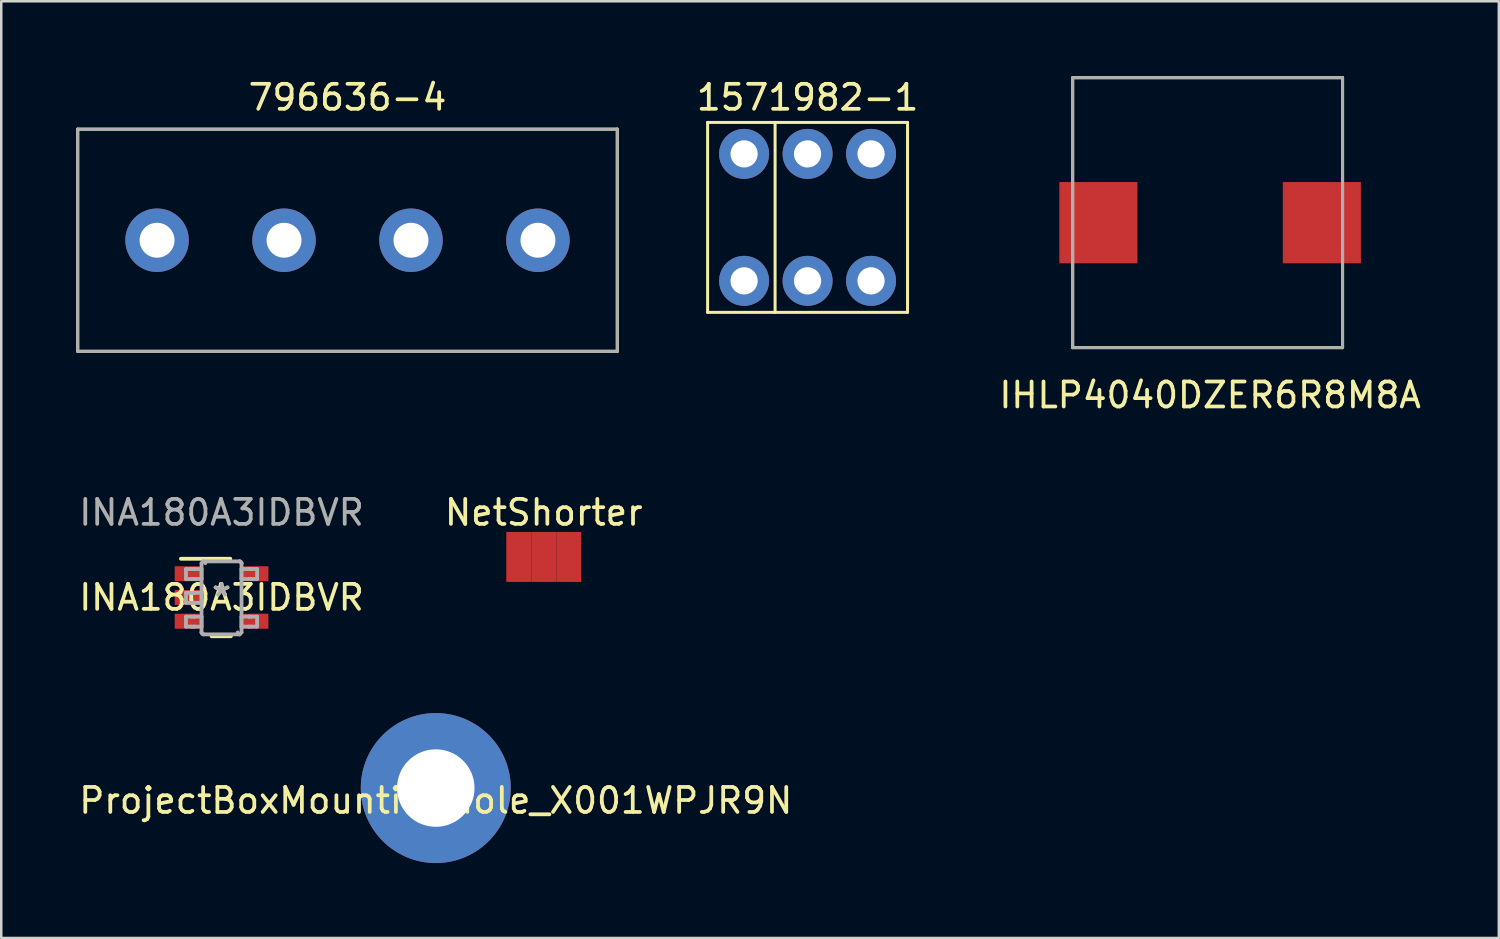
<source format=kicad_pcb>
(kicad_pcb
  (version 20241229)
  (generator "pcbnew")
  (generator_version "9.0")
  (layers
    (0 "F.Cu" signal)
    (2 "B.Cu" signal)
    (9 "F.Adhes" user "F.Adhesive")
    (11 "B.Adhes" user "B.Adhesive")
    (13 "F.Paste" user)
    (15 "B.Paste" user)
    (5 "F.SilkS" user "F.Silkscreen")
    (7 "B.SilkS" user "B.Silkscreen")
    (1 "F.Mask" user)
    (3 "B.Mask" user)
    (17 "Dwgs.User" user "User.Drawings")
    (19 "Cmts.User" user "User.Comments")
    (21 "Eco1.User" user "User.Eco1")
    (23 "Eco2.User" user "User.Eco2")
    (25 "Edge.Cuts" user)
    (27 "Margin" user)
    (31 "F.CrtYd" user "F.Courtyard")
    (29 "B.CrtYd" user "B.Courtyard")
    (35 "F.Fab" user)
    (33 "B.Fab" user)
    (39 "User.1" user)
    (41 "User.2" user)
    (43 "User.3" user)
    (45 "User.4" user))
  (footprint "INA180A3IDBVR"
    (layer "F.Cu")
    (at 5.815 20.857)
    (property "Reference" "INA180A3IDBVR" (at 0 0 0) (layer "F.SilkS") (effects (font (size 1 1) (thickness 0.15))))
    (attr through_hole)
    (fp_line (start -1.625 -1.55) (end 0.35 -1.55) (stroke (width 0.152) (type solid)) (layer "F.SilkS"))
    (fp_line (start -0.4 1.55) (end 0.375 1.55) (stroke (width 0.152) (type solid)) (layer "F.SilkS"))
    (fp_line (start -1.423 -1.138) (end -1.199 -1.138) (stroke (width 0.152) (type solid)) (layer "F.Fab"))
    (fp_line (start -1.423 -0.738) (end -1.423 -1.138) (stroke (width 0.152) (type solid)) (layer "F.Fab"))
    (fp_line (start -1.423 -0.738) (end -1.199 -0.738) (stroke (width 0.152) (type solid)) (layer "F.Fab"))
    (fp_line (start -1.423 -0.186) (end -1.199 -0.186) (stroke (width 0.152) (type solid)) (layer "F.Fab"))
    (fp_line (start -1.423 0.215) (end -1.423 -0.186) (stroke (width 0.152) (type solid)) (layer "F.Fab"))
    (fp_line (start -1.423 0.215) (end -1.199 0.215) (stroke (width 0.152) (type solid)) (layer "F.Fab"))
    (fp_line (start -1.423 0.767) (end -1.199 0.767) (stroke (width 0.152) (type solid)) (layer "F.Fab"))
    (fp_line (start -1.423 1.167) (end -1.423 0.767) (stroke (width 0.152) (type solid)) (layer "F.Fab"))
    (fp_line (start -1.423 1.167) (end -1.199 1.167) (stroke (width 0.152) (type solid)) (layer "F.Fab"))
    (fp_line (start -1.199 -1.138) (end -1.105 -1.138) (stroke (width 0.152) (type solid)) (layer "F.Fab"))
    (fp_line (start -1.199 -0.738) (end -1.105 -0.738) (stroke (width 0.152) (type solid)) (layer "F.Fab"))
    (fp_line (start -1.199 -0.186) (end -1.105 -0.186) (stroke (width 0.152) (type solid)) (layer "F.Fab"))
    (fp_line (start -1.199 0.215) (end -1.105 0.215) (stroke (width 0.152) (type solid)) (layer "F.Fab"))
    (fp_line (start -1.199 0.767) (end -1.105 0.767) (stroke (width 0.152) (type solid)) (layer "F.Fab"))
    (fp_line (start -1.199 1.167) (end -1.105 1.167) (stroke (width 0.152) (type solid)) (layer "F.Fab"))
    (fp_line (start -1.105 -1.138) (end -1.088 -1.138) (stroke (width 0.152) (type solid)) (layer "F.Fab"))
    (fp_line (start -1.105 -0.738) (end -1.088 -0.738) (stroke (width 0.152) (type solid)) (layer "F.Fab"))
    (fp_line (start -1.105 -0.186) (end -1.088 -0.186) (stroke (width 0.152) (type solid)) (layer "F.Fab"))
    (fp_line (start -1.105 0.215) (end -1.088 0.215) (stroke (width 0.152) (type solid)) (layer "F.Fab"))
    (fp_line (start -1.105 0.767) (end -1.088 0.767) (stroke (width 0.152) (type solid)) (layer "F.Fab"))
    (fp_line (start -1.105 1.167) (end -1.088 1.167) (stroke (width 0.152) (type solid)) (layer "F.Fab"))
    (fp_line (start -1.088 -1.138) (end -0.835 -1.138) (stroke (width 0.152) (type solid)) (layer "F.Fab"))
    (fp_line (start -1.088 -0.738) (end -0.835 -0.738) (stroke (width 0.152) (type solid)) (layer "F.Fab"))
    (fp_line (start -1.088 -0.186) (end -0.835 -0.186) (stroke (width 0.152) (type solid)) (layer "F.Fab"))
    (fp_line (start -1.088 0.215) (end -0.835 0.215) (stroke (width 0.152) (type solid)) (layer "F.Fab"))
    (fp_line (start -1.088 0.767) (end -0.835 0.767) (stroke (width 0.152) (type solid)) (layer "F.Fab"))
    (fp_line (start -1.088 1.167) (end -0.835 1.167) (stroke (width 0.152) (type solid)) (layer "F.Fab"))
    (fp_line (start -0.835 -1.138) (end -0.801 -1.138) (stroke (width 0.152) (type solid)) (layer "F.Fab"))
    (fp_line (start -0.835 -0.738) (end -0.801 -0.738) (stroke (width 0.152) (type solid)) (layer "F.Fab"))
    (fp_line (start -0.835 -0.186) (end -0.801 -0.186) (stroke (width 0.152) (type solid)) (layer "F.Fab"))
    (fp_line (start -0.835 0.215) (end -0.801 0.215) (stroke (width 0.152) (type solid)) (layer "F.Fab"))
    (fp_line (start -0.835 0.767) (end -0.801 0.767) (stroke (width 0.152) (type solid)) (layer "F.Fab"))
    (fp_line (start -0.835 1.167) (end -0.801 1.167) (stroke (width 0.152) (type solid)) (layer "F.Fab"))
    (fp_line (start -0.801 -1.37) (end -0.801 -1.371) (stroke (width 0.152) (type solid)) (layer "F.Fab"))
    (fp_line (start -0.801 -0.738) (end -0.801 -1.138) (stroke (width 0.152) (type solid)) (layer "F.Fab"))
    (fp_line (start -0.801 0.215) (end -0.801 -0.186) (stroke (width 0.152) (type solid)) (layer "F.Fab"))
    (fp_line (start -0.801 1.167) (end -0.801 0.767) (stroke (width 0.152) (type solid)) (layer "F.Fab"))
    (fp_line (start -0.801 1.399) (end -0.801 -1.37) (stroke (width 0.152) (type solid)) (layer "F.Fab"))
    (fp_line (start -0.801 1.4) (end -0.801 1.399) (stroke (width 0.152) (type solid)) (layer "F.Fab"))
    (fp_line (start -0.725 -1.446) (end -0.725 -1.446) (stroke (width 0.152) (type solid)) (layer "F.Fab"))
    (fp_line (start -0.725 1.475) (end -0.725 1.475) (stroke (width 0.152) (type solid)) (layer "F.Fab"))
    (fp_line (start -0.725 -1.446) (end 0.723 -1.446) (stroke (width 0.152) (type solid)) (layer "F.Fab"))
    (fp_line (start -0.725 1.475) (end 0.723 1.475) (stroke (width 0.152) (type solid)) (layer "F.Fab"))
    (fp_line (start 0.723 -1.446) (end 0.724 -1.446) (stroke (width 0.152) (type solid)) (layer "F.Fab"))
    (fp_line (start 0.723 1.475) (end 0.724 1.475) (stroke (width 0.152) (type solid)) (layer "F.Fab"))
    (fp_line (start 0.799 -1.37) (end 0.799 -1.371) (stroke (width 0.152) (type solid)) (layer "F.Fab"))
    (fp_line (start 0.799 -1.138) (end 0.834 -1.138) (stroke (width 0.152) (type solid)) (layer "F.Fab"))
    (fp_line (start 0.799 -0.738) (end 0.799 -1.138) (stroke (width 0.152) (type solid)) (layer "F.Fab"))
    (fp_line (start 0.799 -0.738) (end 0.834 -0.738) (stroke (width 0.152) (type solid)) (layer "F.Fab"))
    (fp_line (start 0.799 0.767) (end 0.834 0.767) (stroke (width 0.152) (type solid)) (layer "F.Fab"))
    (fp_line (start 0.799 1.167) (end 0.799 0.767) (stroke (width 0.152) (type solid)) (layer "F.Fab"))
    (fp_line (start 0.799 1.167) (end 0.834 1.167) (stroke (width 0.152) (type solid)) (layer "F.Fab"))
    (fp_line (start 0.799 1.399) (end 0.799 -1.37) (stroke (width 0.152) (type solid)) (layer "F.Fab"))
    (fp_line (start 0.799 1.4) (end 0.799 1.399) (stroke (width 0.152) (type solid)) (layer "F.Fab"))
    (fp_line (start 0.834 -1.138) (end 1.087 -1.138) (stroke (width 0.152) (type solid)) (layer "F.Fab"))
    (fp_line (start 0.834 -0.738) (end 1.087 -0.738) (stroke (width 0.152) (type solid)) (layer "F.Fab"))
    (fp_line (start 0.834 0.767) (end 1.087 0.767) (stroke (width 0.152) (type solid)) (layer "F.Fab"))
    (fp_line (start 0.834 1.167) (end 1.087 1.167) (stroke (width 0.152) (type solid)) (layer "F.Fab"))
    (fp_line (start 1.087 -1.138) (end 1.103 -1.138) (stroke (width 0.152) (type solid)) (layer "F.Fab"))
    (fp_line (start 1.087 -0.738) (end 1.103 -0.738) (stroke (width 0.152) (type solid)) (layer "F.Fab"))
    (fp_line (start 1.087 0.767) (end 1.103 0.767) (stroke (width 0.152) (type solid)) (layer "F.Fab"))
    (fp_line (start 1.087 1.167) (end 1.103 1.167) (stroke (width 0.152) (type solid)) (layer "F.Fab"))
    (fp_line (start 1.103 -1.138) (end 1.198 -1.138) (stroke (width 0.152) (type solid)) (layer "F.Fab"))
    (fp_line (start 1.103 -0.738) (end 1.198 -0.738) (stroke (width 0.152) (type solid)) (layer "F.Fab"))
    (fp_line (start 1.103 0.767) (end 1.198 0.767) (stroke (width 0.152) (type solid)) (layer "F.Fab"))
    (fp_line (start 1.103 1.167) (end 1.198 1.167) (stroke (width 0.152) (type solid)) (layer "F.Fab"))
    (fp_line (start 1.198 -1.138) (end 1.422 -1.138) (stroke (width 0.152) (type solid)) (layer "F.Fab"))
    (fp_line (start 1.198 -0.738) (end 1.422 -0.738) (stroke (width 0.152) (type solid)) (layer "F.Fab"))
    (fp_line (start 1.198 0.767) (end 1.422 0.767) (stroke (width 0.152) (type solid)) (layer "F.Fab"))
    (fp_line (start 1.198 1.167) (end 1.422 1.167) (stroke (width 0.152) (type solid)) (layer "F.Fab"))
    (fp_line (start 1.422 -0.738) (end 1.422 -1.138) (stroke (width 0.152) (type solid)) (layer "F.Fab"))
    (fp_line (start 1.422 1.167) (end 1.422 0.767) (stroke (width 0.152) (type solid)) (layer "F.Fab"))
    (fp_arc (start -0.724553 1.475001) (mid -0.777896 1.453214) (end -0.800733 1.400313) (stroke (width 0.1524) (type solid)) (layer "F.Fab"))
    (fp_arc (start -0.72454 -1.445999) (mid -0.671189 -1.424209) (end -0.648348 -1.3713) (stroke (width 0.1524) (type solid)) (layer "F.Fab"))
    (fp_arc (start 0.723255 -1.445999) (mid 0.776606 -1.424209) (end 0.799447 -1.3713) (stroke (width 0.1524) (type solid)) (layer "F.Fab"))
    (fp_arc (start 0.723268 1.475001) (mid 0.669925 1.453214) (end 0.647088 1.400313) (stroke (width 0.1524) (type solid)) (layer "F.Fab"))
    (fp_text user "*" (at 0 0 0) (layer "F.SilkS") (effects (font (size 1 1) (thickness 0.15))))
    (fp_text user "Copyright 2016 Accelerated Designs. All rights reserved." (at 0 0 0) (layer "Cmts.User") (effects (font (size 0.127 0.127) (thickness 0.002))))
    (fp_text user "*" (at 0 0 0) (layer "F.Fab") (effects (font (size 1 1) (thickness 0.15))))
    (fp_text user "INA180A3IDBVR" (at 0 -3.4 0) (layer "F.Fab") (effects (font (size 1 1) (thickness 0.15))))
    (pad "1" smd rect (at -1.375 -0.95 90) (size 0.6 1) (layers "F.Cu" "F.Mask" "F.Paste"))
    (pad "2" smd rect (at -1.375 0 90) (size 0.6 1) (layers "F.Cu" "F.Mask" "F.Paste"))
    (pad "3" smd rect (at -1.375 0.95 90) (size 0.6 1) (layers "F.Cu" "F.Mask" "F.Paste"))
    (pad "4" smd rect (at 1.375 0.95 90) (size 0.6 1) (layers "F.Cu" "F.Mask" "F.Paste"))
    (pad "5" smd rect (at 1.375 -0.95 90) (size 0.6 1) (layers "F.Cu" "F.Mask" "F.Paste")))
  (footprint "1571982-1"
    (layer "F.Cu")
    (at 29.264 5.648)
    (property "Reference" "1571982-1" (at 0 -4.8 0) (layer "F.SilkS") (effects (font (size 1 1) (thickness 0.15))))
    (attr through_hole)
    (fp_line (start -4 -3.8) (end 4 -3.8) (stroke (width 0.12) (type solid)) (layer "F.SilkS"))
    (fp_line (start -4 3.8) (end -4 -3.8) (stroke (width 0.12) (type solid)) (layer "F.SilkS"))
    (fp_line (start -1.3 -3.8) (end -1.3 3.8) (stroke (width 0.12) (type solid)) (layer "F.SilkS"))
    (fp_line (start 4 -3.8) (end 4 3.8) (stroke (width 0.12) (type solid)) (layer "F.SilkS"))
    (fp_line (start 4 3.8) (end -4 3.8) (stroke (width 0.12) (type solid)) (layer "F.SilkS"))
    (pad "1" thru_hole circle (at -2.54 -2.54) (size 2 2) (drill 1.09) (layers "*.Cu" "*.Mask"))
    (pad "2" thru_hole circle (at 0 -2.54) (size 2 2) (drill 1.09) (layers "*.Cu" "*.Mask"))
    (pad "3" thru_hole circle (at 2.54 -2.54) (size 2 2) (drill 1.09) (layers "*.Cu" "*.Mask"))
    (pad "4" thru_hole circle (at -2.54 2.54) (size 2 2) (drill 1.09) (layers "*.Cu" "*.Mask"))
    (pad "5" thru_hole circle (at 0 2.54) (size 2 2) (drill 1.09) (layers "*.Cu" "*.Mask"))
    (pad "6" thru_hole circle (at 2.54 2.54) (size 2 2) (drill 1.09) (layers "*.Cu" "*.Mask")))
  (footprint "IHLP4040DZER6R8M8A"
    (layer "F.Cu")
    (at 45.371 5.86)
    (property "Reference" "IHLP4040DZER6R8M8A" (at 0 6.9 0) (layer "F.SilkS") (effects (font (size 1 1) (thickness 0.15))))
    (attr through_hole)
    (fp_line (start -5.5 -5.8) (end -5.5 5) (stroke (width 0.12) (type solid)) (layer "F.SilkS"))
    (fp_line (start -5.5 -5.8) (end 5.3 -5.8) (stroke (width 0.12) (type solid)) (layer "F.SilkS"))
    (fp_line (start 5.3 -5.8) (end 5.3 5) (stroke (width 0.12) (type solid)) (layer "F.SilkS"))
    (fp_line (start 5.3 5) (end -5.5 5) (stroke (width 0.12) (type solid)) (layer "F.SilkS"))
    (fp_line (start -5.5 -5.8) (end 5.3 -5.8) (stroke (width 0.12) (type solid)) (layer "F.Fab"))
    (fp_line (start -5.5 5) (end -5.5 -5.8) (stroke (width 0.12) (type solid)) (layer "F.Fab"))
    (fp_line (start 5.3 -5.8) (end 5.3 5) (stroke (width 0.12) (type solid)) (layer "F.Fab"))
    (fp_line (start 5.3 5) (end -5.5 5) (stroke (width 0.12) (type solid)) (layer "F.Fab"))
    (pad "1" smd rect (at -4.471 0) (size 3.124 3.251) (layers "F.Cu" "F.Mask" "F.Paste"))
    (pad "2" smd rect (at 4.471 0) (size 3.124 3.251) (layers "F.Cu" "F.Mask" "F.Paste")))
  (footprint "796636-4"
    (layer "F.Cu")
    (at 10.855 6.563)
    (property "Reference" "796636-4" (at 0 -5.715 0) (layer "F.SilkS") (effects (font (size 1 1) (thickness 0.15))))
    (attr through_hole)
    (fp_line (start -10.795 -4.445) (end -10.795 4.445) (stroke (width 0.12) (type solid)) (layer "F.SilkS"))
    (fp_line (start -10.795 4.445) (end 10.795 4.445) (stroke (width 0.12) (type solid)) (layer "F.SilkS"))
    (fp_line (start 10.795 -4.445) (end -10.795 -4.445) (stroke (width 0.12) (type solid)) (layer "F.SilkS"))
    (fp_line (start 10.795 4.445) (end 10.795 -4.445) (stroke (width 0.12) (type solid)) (layer "F.SilkS"))
    (fp_line (start -10.795 -4.445) (end 10.795 -4.445) (stroke (width 0.12) (type solid)) (layer "F.Fab"))
    (fp_line (start -10.795 4.445) (end -10.795 -4.445) (stroke (width 0.12) (type solid)) (layer "F.Fab"))
    (fp_line (start 10.795 -4.445) (end 10.795 4.445) (stroke (width 0.12) (type solid)) (layer "F.Fab"))
    (fp_line (start 10.795 4.445) (end -10.795 4.445) (stroke (width 0.12) (type solid)) (layer "F.Fab"))
    (pad "1" thru_hole circle (at -7.62 0) (size 2.54 2.54) (drill 1.397) (layers "*.Cu" "*.Mask"))
    (pad "2" thru_hole circle (at -2.54 0) (size 2.54 2.54) (drill 1.397) (layers "*.Cu" "*.Mask"))
    (pad "3" thru_hole circle (at 2.54 0) (size 2.54 2.54) (drill 1.397) (layers "*.Cu" "*.Mask"))
    (pad "4" thru_hole circle (at 7.62 0) (size 2.54 2.54) (drill 1.397) (layers "*.Cu" "*.Mask")))
  (footprint "NetShorter"
    (layer "F.Cu")
    (at 18.708 19.235)
    (property "Reference" "NetShorter" (at 0 -1.778 0) (layer "F.SilkS") (effects (font (size 1 1) (thickness 0.15))))
    (attr through_hole)
    (pad "1" smd rect (at -1 0) (size 1 2) (layers "F.Cu"))
    (pad "2" smd rect (at 1 0) (size 1 2) (layers "F.Cu"))
    (pad "3" connect rect (at 0 0) (size 1 2) (layers "F.Cu" "F.Mask")))
  (footprint "ProjectBoxMountingHole_X001WPJR9N"
    (layer "F.Cu")
    (at 14.387 28.483)
    (property "Reference" "ProjectBoxMountingHole_X001WPJR9N" (at 0 0.5 0) (layer "F.SilkS") (effects (font (size 1 1) (thickness 0.15))))
    (attr through_hole)
    (pad "1" thru_hole circle (at 0 0) (size 6 6) (drill 3.1) (layers "*.Cu" "*.Mask")))
  (gr_rect
    (start -3 -3)
    (end 56.924 34.483)
    (stroke (width 0.1) (type default))
    (fill no)
    (layer "Edge.Cuts")))
</source>
